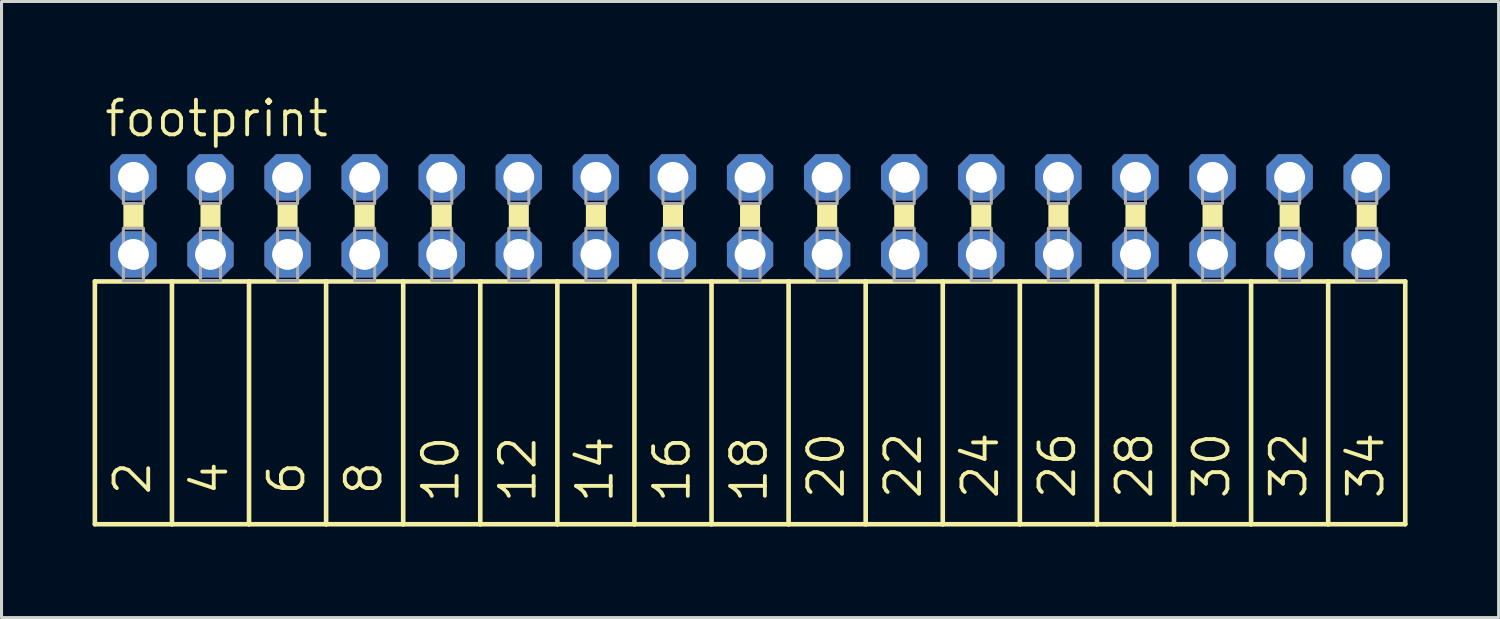
<source format=kicad_pcb>
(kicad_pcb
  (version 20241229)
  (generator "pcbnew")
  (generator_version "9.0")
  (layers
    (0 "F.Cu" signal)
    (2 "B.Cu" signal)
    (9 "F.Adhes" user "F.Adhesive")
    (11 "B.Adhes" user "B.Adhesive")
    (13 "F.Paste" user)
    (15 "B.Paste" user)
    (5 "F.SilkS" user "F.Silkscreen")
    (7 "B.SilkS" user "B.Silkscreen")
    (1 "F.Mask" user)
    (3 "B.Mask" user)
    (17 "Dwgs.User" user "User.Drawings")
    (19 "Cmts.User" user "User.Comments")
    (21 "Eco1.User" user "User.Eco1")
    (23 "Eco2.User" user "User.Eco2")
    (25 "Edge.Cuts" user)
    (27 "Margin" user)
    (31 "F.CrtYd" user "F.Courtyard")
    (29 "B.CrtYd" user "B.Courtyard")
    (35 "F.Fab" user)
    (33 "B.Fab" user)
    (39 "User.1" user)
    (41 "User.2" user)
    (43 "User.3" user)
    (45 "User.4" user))
  (footprint "footprint"
    (layer "F.Cu")
    (at 21.666 4.064)
    (property "Reference" "footprint" (at -21.336 -2.54 0) (layer "F.SilkS") (effects (font (size 1.143 1.143) (thickness 0.127)) (justify left bottom)))
    (fp_line (start -21.59 2.159) (end -21.59 10.16) (stroke (width 0.152) (type solid)) (layer "F.SilkS"))
    (fp_line (start -21.59 2.159) (end -19.05 2.159) (stroke (width 0.152) (type solid)) (layer "F.SilkS"))
    (fp_line (start -19.05 2.159) (end -19.05 10.16) (stroke (width 0.152) (type solid)) (layer "F.SilkS"))
    (fp_line (start -19.05 2.159) (end -16.51 2.159) (stroke (width 0.152) (type solid)) (layer "F.SilkS"))
    (fp_line (start -19.05 10.16) (end -21.59 10.16) (stroke (width 0.152) (type solid)) (layer "F.SilkS"))
    (fp_line (start -16.51 2.159) (end -16.51 10.16) (stroke (width 0.152) (type solid)) (layer "F.SilkS"))
    (fp_line (start -16.51 2.159) (end -13.97 2.159) (stroke (width 0.152) (type solid)) (layer "F.SilkS"))
    (fp_line (start -16.51 10.16) (end -19.05 10.16) (stroke (width 0.152) (type solid)) (layer "F.SilkS"))
    (fp_line (start -13.97 2.159) (end -13.97 10.16) (stroke (width 0.152) (type solid)) (layer "F.SilkS"))
    (fp_line (start -13.97 10.16) (end -16.51 10.16) (stroke (width 0.152) (type solid)) (layer "F.SilkS"))
    (fp_line (start -11.43 2.159) (end -13.97 2.159) (stroke (width 0.152) (type solid)) (layer "F.SilkS"))
    (fp_line (start -11.43 2.159) (end -11.43 10.16) (stroke (width 0.152) (type solid)) (layer "F.SilkS"))
    (fp_line (start -11.43 2.159) (end -8.89 2.159) (stroke (width 0.152) (type solid)) (layer "F.SilkS"))
    (fp_line (start -11.43 10.16) (end -13.97 10.16) (stroke (width 0.152) (type solid)) (layer "F.SilkS"))
    (fp_line (start -8.89 2.159) (end -8.89 10.16) (stroke (width 0.152) (type solid)) (layer "F.SilkS"))
    (fp_line (start -8.89 2.159) (end -6.35 2.159) (stroke (width 0.152) (type solid)) (layer "F.SilkS"))
    (fp_line (start -8.89 10.16) (end -11.43 10.16) (stroke (width 0.152) (type solid)) (layer "F.SilkS"))
    (fp_line (start -6.35 2.159) (end -6.35 10.16) (stroke (width 0.152) (type solid)) (layer "F.SilkS"))
    (fp_line (start -6.35 2.159) (end -3.81 2.159) (stroke (width 0.152) (type solid)) (layer "F.SilkS"))
    (fp_line (start -6.35 10.16) (end -8.89 10.16) (stroke (width 0.152) (type solid)) (layer "F.SilkS"))
    (fp_line (start -3.81 2.159) (end -3.81 10.16) (stroke (width 0.152) (type solid)) (layer "F.SilkS"))
    (fp_line (start -3.81 2.159) (end -1.27 2.159) (stroke (width 0.152) (type solid)) (layer "F.SilkS"))
    (fp_line (start -3.81 10.16) (end -6.35 10.16) (stroke (width 0.152) (type solid)) (layer "F.SilkS"))
    (fp_line (start -1.27 2.159) (end -1.27 10.16) (stroke (width 0.152) (type solid)) (layer "F.SilkS"))
    (fp_line (start -1.27 10.16) (end -3.81 10.16) (stroke (width 0.152) (type solid)) (layer "F.SilkS"))
    (fp_line (start 1.27 2.159) (end -1.27 2.159) (stroke (width 0.152) (type solid)) (layer "F.SilkS"))
    (fp_line (start 1.27 2.159) (end 1.27 10.16) (stroke (width 0.152) (type solid)) (layer "F.SilkS"))
    (fp_line (start 1.27 2.159) (end 3.81 2.159) (stroke (width 0.152) (type solid)) (layer "F.SilkS"))
    (fp_line (start 1.27 10.16) (end -1.27 10.16) (stroke (width 0.152) (type solid)) (layer "F.SilkS"))
    (fp_line (start 3.81 2.159) (end 3.81 10.16) (stroke (width 0.152) (type solid)) (layer "F.SilkS"))
    (fp_line (start 3.81 2.159) (end 6.35 2.159) (stroke (width 0.152) (type solid)) (layer "F.SilkS"))
    (fp_line (start 3.81 10.16) (end 1.27 10.16) (stroke (width 0.152) (type solid)) (layer "F.SilkS"))
    (fp_line (start 6.35 2.159) (end 6.35 10.16) (stroke (width 0.152) (type solid)) (layer "F.SilkS"))
    (fp_line (start 6.35 2.159) (end 8.89 2.159) (stroke (width 0.152) (type solid)) (layer "F.SilkS"))
    (fp_line (start 6.35 10.16) (end 3.81 10.16) (stroke (width 0.152) (type solid)) (layer "F.SilkS"))
    (fp_line (start 8.89 2.159) (end 8.89 10.16) (stroke (width 0.152) (type solid)) (layer "F.SilkS"))
    (fp_line (start 8.89 2.159) (end 11.43 2.159) (stroke (width 0.152) (type solid)) (layer "F.SilkS"))
    (fp_line (start 8.89 10.16) (end 6.35 10.16) (stroke (width 0.152) (type solid)) (layer "F.SilkS"))
    (fp_line (start 11.43 2.159) (end 11.43 10.16) (stroke (width 0.152) (type solid)) (layer "F.SilkS"))
    (fp_line (start 11.43 10.16) (end 8.89 10.16) (stroke (width 0.152) (type solid)) (layer "F.SilkS"))
    (fp_line (start 13.97 2.159) (end 11.43 2.159) (stroke (width 0.152) (type solid)) (layer "F.SilkS"))
    (fp_line (start 13.97 2.159) (end 13.97 10.16) (stroke (width 0.152) (type solid)) (layer "F.SilkS"))
    (fp_line (start 13.97 2.159) (end 16.51 2.159) (stroke (width 0.152) (type solid)) (layer "F.SilkS"))
    (fp_line (start 13.97 10.16) (end 11.43 10.16) (stroke (width 0.152) (type solid)) (layer "F.SilkS"))
    (fp_line (start 16.51 2.159) (end 16.51 10.16) (stroke (width 0.152) (type solid)) (layer "F.SilkS"))
    (fp_line (start 16.51 2.159) (end 19.05 2.159) (stroke (width 0.152) (type solid)) (layer "F.SilkS"))
    (fp_line (start 16.51 10.16) (end 13.97 10.16) (stroke (width 0.152) (type solid)) (layer "F.SilkS"))
    (fp_line (start 19.05 2.159) (end 19.05 10.16) (stroke (width 0.152) (type solid)) (layer "F.SilkS"))
    (fp_line (start 19.05 2.159) (end 21.59 2.159) (stroke (width 0.152) (type solid)) (layer "F.SilkS"))
    (fp_line (start 19.05 10.16) (end 16.51 10.16) (stroke (width 0.152) (type solid)) (layer "F.SilkS"))
    (fp_line (start 21.59 2.159) (end 21.59 10.16) (stroke (width 0.152) (type solid)) (layer "F.SilkS"))
    (fp_line (start 21.59 10.16) (end 19.05 10.16) (stroke (width 0.152) (type solid)) (layer "F.SilkS"))
    (fp_poly (pts (xy -20.65 0.406) (xy -19.99 0.406) (xy -19.99 -0.406) (xy -20.65 -0.406)) (stroke (width 0) (type solid)) (fill yes) (layer "F.SilkS"))
    (fp_poly (pts (xy -18.11 0.406) (xy -17.45 0.406) (xy -17.45 -0.406) (xy -18.11 -0.406)) (stroke (width 0) (type solid)) (fill yes) (layer "F.SilkS"))
    (fp_poly (pts (xy -15.57 0.406) (xy -14.91 0.406) (xy -14.91 -0.406) (xy -15.57 -0.406)) (stroke (width 0) (type solid)) (fill yes) (layer "F.SilkS"))
    (fp_poly (pts (xy -13.03 0.406) (xy -12.37 0.406) (xy -12.37 -0.406) (xy -13.03 -0.406)) (stroke (width 0) (type solid)) (fill yes) (layer "F.SilkS"))
    (fp_poly (pts (xy -10.49 0.406) (xy -9.83 0.406) (xy -9.83 -0.406) (xy -10.49 -0.406)) (stroke (width 0) (type solid)) (fill yes) (layer "F.SilkS"))
    (fp_poly (pts (xy -7.95 0.406) (xy -7.29 0.406) (xy -7.29 -0.406) (xy -7.95 -0.406)) (stroke (width 0) (type solid)) (fill yes) (layer "F.SilkS"))
    (fp_poly (pts (xy -5.41 0.406) (xy -4.75 0.406) (xy -4.75 -0.406) (xy -5.41 -0.406)) (stroke (width 0) (type solid)) (fill yes) (layer "F.SilkS"))
    (fp_poly (pts (xy -2.87 0.406) (xy -2.21 0.406) (xy -2.21 -0.406) (xy -2.87 -0.406)) (stroke (width 0) (type solid)) (fill yes) (layer "F.SilkS"))
    (fp_poly (pts (xy -0.33 0.406) (xy 0.33 0.406) (xy 0.33 -0.406) (xy -0.33 -0.406)) (stroke (width 0) (type solid)) (fill yes) (layer "F.SilkS"))
    (fp_poly (pts (xy 2.21 0.406) (xy 2.87 0.406) (xy 2.87 -0.406) (xy 2.21 -0.406)) (stroke (width 0) (type solid)) (fill yes) (layer "F.SilkS"))
    (fp_poly (pts (xy 4.75 0.406) (xy 5.41 0.406) (xy 5.41 -0.406) (xy 4.75 -0.406)) (stroke (width 0) (type solid)) (fill yes) (layer "F.SilkS"))
    (fp_poly (pts (xy 7.29 0.406) (xy 7.95 0.406) (xy 7.95 -0.406) (xy 7.29 -0.406)) (stroke (width 0) (type solid)) (fill yes) (layer "F.SilkS"))
    (fp_poly (pts (xy 9.83 0.406) (xy 10.49 0.406) (xy 10.49 -0.406) (xy 9.83 -0.406)) (stroke (width 0) (type solid)) (fill yes) (layer "F.SilkS"))
    (fp_poly (pts (xy 12.37 0.406) (xy 13.03 0.406) (xy 13.03 -0.406) (xy 12.37 -0.406)) (stroke (width 0) (type solid)) (fill yes) (layer "F.SilkS"))
    (fp_poly (pts (xy 14.91 0.406) (xy 15.57 0.406) (xy 15.57 -0.406) (xy 14.91 -0.406)) (stroke (width 0) (type solid)) (fill yes) (layer "F.SilkS"))
    (fp_poly (pts (xy 17.45 0.406) (xy 18.11 0.406) (xy 18.11 -0.406) (xy 17.45 -0.406)) (stroke (width 0) (type solid)) (fill yes) (layer "F.SilkS"))
    (fp_poly (pts (xy 19.99 0.406) (xy 20.65 0.406) (xy 20.65 -0.406) (xy 19.99 -0.406)) (stroke (width 0) (type solid)) (fill yes) (layer "F.SilkS"))
    (fp_poly (pts (xy -20.65 -0.406) (xy -19.99 -0.406) (xy -19.99 -1.575) (xy -20.65 -1.575)) (stroke (width 0.1) (type solid)) (fill no) (layer "F.Fab"))
    (fp_poly (pts (xy -20.65 2.134) (xy -19.99 2.134) (xy -19.99 0.406) (xy -20.65 0.406)) (stroke (width 0.1) (type solid)) (fill no) (layer "F.Fab"))
    (fp_poly (pts (xy -18.11 -0.406) (xy -17.45 -0.406) (xy -17.45 -1.575) (xy -18.11 -1.575)) (stroke (width 0.1) (type solid)) (fill no) (layer "F.Fab"))
    (fp_poly (pts (xy -18.11 2.134) (xy -17.45 2.134) (xy -17.45 0.406) (xy -18.11 0.406)) (stroke (width 0.1) (type solid)) (fill no) (layer "F.Fab"))
    (fp_poly (pts (xy -15.57 -0.406) (xy -14.91 -0.406) (xy -14.91 -1.575) (xy -15.57 -1.575)) (stroke (width 0.1) (type solid)) (fill no) (layer "F.Fab"))
    (fp_poly (pts (xy -15.57 2.134) (xy -14.91 2.134) (xy -14.91 0.406) (xy -15.57 0.406)) (stroke (width 0.1) (type solid)) (fill no) (layer "F.Fab"))
    (fp_poly (pts (xy -13.03 -0.406) (xy -12.37 -0.406) (xy -12.37 -1.575) (xy -13.03 -1.575)) (stroke (width 0.1) (type solid)) (fill no) (layer "F.Fab"))
    (fp_poly (pts (xy -13.03 2.134) (xy -12.37 2.134) (xy -12.37 0.406) (xy -13.03 0.406)) (stroke (width 0.1) (type solid)) (fill no) (layer "F.Fab"))
    (fp_poly (pts (xy -10.49 -0.406) (xy -9.83 -0.406) (xy -9.83 -1.575) (xy -10.49 -1.575)) (stroke (width 0.1) (type solid)) (fill no) (layer "F.Fab"))
    (fp_poly (pts (xy -10.49 2.134) (xy -9.83 2.134) (xy -9.83 0.406) (xy -10.49 0.406)) (stroke (width 0.1) (type solid)) (fill no) (layer "F.Fab"))
    (fp_poly (pts (xy -7.95 -0.406) (xy -7.29 -0.406) (xy -7.29 -1.575) (xy -7.95 -1.575)) (stroke (width 0.1) (type solid)) (fill no) (layer "F.Fab"))
    (fp_poly (pts (xy -7.95 2.134) (xy -7.29 2.134) (xy -7.29 0.406) (xy -7.95 0.406)) (stroke (width 0.1) (type solid)) (fill no) (layer "F.Fab"))
    (fp_poly (pts (xy -5.41 -0.406) (xy -4.75 -0.406) (xy -4.75 -1.575) (xy -5.41 -1.575)) (stroke (width 0.1) (type solid)) (fill no) (layer "F.Fab"))
    (fp_poly (pts (xy -5.41 2.134) (xy -4.75 2.134) (xy -4.75 0.406) (xy -5.41 0.406)) (stroke (width 0.1) (type solid)) (fill no) (layer "F.Fab"))
    (fp_poly (pts (xy -2.87 -0.406) (xy -2.21 -0.406) (xy -2.21 -1.575) (xy -2.87 -1.575)) (stroke (width 0.1) (type solid)) (fill no) (layer "F.Fab"))
    (fp_poly (pts (xy -2.87 2.134) (xy -2.21 2.134) (xy -2.21 0.406) (xy -2.87 0.406)) (stroke (width 0.1) (type solid)) (fill no) (layer "F.Fab"))
    (fp_poly (pts (xy -0.33 -0.406) (xy 0.33 -0.406) (xy 0.33 -1.575) (xy -0.33 -1.575)) (stroke (width 0.1) (type solid)) (fill no) (layer "F.Fab"))
    (fp_poly (pts (xy -0.33 2.134) (xy 0.33 2.134) (xy 0.33 0.406) (xy -0.33 0.406)) (stroke (width 0.1) (type solid)) (fill no) (layer "F.Fab"))
    (fp_poly (pts (xy 2.21 -0.406) (xy 2.87 -0.406) (xy 2.87 -1.575) (xy 2.21 -1.575)) (stroke (width 0.1) (type solid)) (fill no) (layer "F.Fab"))
    (fp_poly (pts (xy 2.21 2.134) (xy 2.87 2.134) (xy 2.87 0.406) (xy 2.21 0.406)) (stroke (width 0.1) (type solid)) (fill no) (layer "F.Fab"))
    (fp_poly (pts (xy 4.75 -0.406) (xy 5.41 -0.406) (xy 5.41 -1.575) (xy 4.75 -1.575)) (stroke (width 0.1) (type solid)) (fill no) (layer "F.Fab"))
    (fp_poly (pts (xy 4.75 2.134) (xy 5.41 2.134) (xy 5.41 0.406) (xy 4.75 0.406)) (stroke (width 0.1) (type solid)) (fill no) (layer "F.Fab"))
    (fp_poly (pts (xy 7.29 -0.406) (xy 7.95 -0.406) (xy 7.95 -1.575) (xy 7.29 -1.575)) (stroke (width 0.1) (type solid)) (fill no) (layer "F.Fab"))
    (fp_poly (pts (xy 7.29 2.134) (xy 7.95 2.134) (xy 7.95 0.406) (xy 7.29 0.406)) (stroke (width 0.1) (type solid)) (fill no) (layer "F.Fab"))
    (fp_poly (pts (xy 9.83 -0.406) (xy 10.49 -0.406) (xy 10.49 -1.575) (xy 9.83 -1.575)) (stroke (width 0.1) (type solid)) (fill no) (layer "F.Fab"))
    (fp_poly (pts (xy 9.83 2.134) (xy 10.49 2.134) (xy 10.49 0.406) (xy 9.83 0.406)) (stroke (width 0.1) (type solid)) (fill no) (layer "F.Fab"))
    (fp_poly (pts (xy 12.37 -0.406) (xy 13.03 -0.406) (xy 13.03 -1.575) (xy 12.37 -1.575)) (stroke (width 0.1) (type solid)) (fill no) (layer "F.Fab"))
    (fp_poly (pts (xy 12.37 2.134) (xy 13.03 2.134) (xy 13.03 0.406) (xy 12.37 0.406)) (stroke (width 0.1) (type solid)) (fill no) (layer "F.Fab"))
    (fp_poly (pts (xy 14.91 -0.406) (xy 15.57 -0.406) (xy 15.57 -1.575) (xy 14.91 -1.575)) (stroke (width 0.1) (type solid)) (fill no) (layer "F.Fab"))
    (fp_poly (pts (xy 14.91 2.134) (xy 15.57 2.134) (xy 15.57 0.406) (xy 14.91 0.406)) (stroke (width 0.1) (type solid)) (fill no) (layer "F.Fab"))
    (fp_poly (pts (xy 17.45 -0.406) (xy 18.11 -0.406) (xy 18.11 -1.575) (xy 17.45 -1.575)) (stroke (width 0.1) (type solid)) (fill no) (layer "F.Fab"))
    (fp_poly (pts (xy 17.45 2.134) (xy 18.11 2.134) (xy 18.11 0.406) (xy 17.45 0.406)) (stroke (width 0.1) (type solid)) (fill no) (layer "F.Fab"))
    (fp_poly (pts (xy 19.99 -0.406) (xy 20.65 -0.406) (xy 20.65 -1.575) (xy 19.99 -1.575)) (stroke (width 0.1) (type solid)) (fill no) (layer "F.Fab"))
    (fp_poly (pts (xy 19.99 2.134) (xy 20.65 2.134) (xy 20.65 0.406) (xy 19.99 0.406)) (stroke (width 0.1) (type solid)) (fill no) (layer "F.Fab"))
    (fp_text user "8" (at -12.065 9.271 90) (layer "F.SilkS") (effects (font (size 1.143 1.143) (thickness 0.127)) (justify left bottom)))
    (fp_text user "18" (at 0.635 9.525 90) (layer "F.SilkS") (effects (font (size 1.143 1.143) (thickness 0.127)) (justify left bottom)))
    (fp_text user "24" (at 8.255 9.398 90) (layer "F.SilkS") (effects (font (size 1.143 1.143) (thickness 0.127)) (justify left bottom)))
    (fp_text user "4" (at -17.145 9.271 90) (layer "F.SilkS") (effects (font (size 1.143 1.143) (thickness 0.127)) (justify left bottom)))
    (fp_text user "14" (at -4.445 9.525 90) (layer "F.SilkS") (effects (font (size 1.143 1.143) (thickness 0.127)) (justify left bottom)))
    (fp_text user "22" (at 5.715 9.398 90) (layer "F.SilkS") (effects (font (size 1.143 1.143) (thickness 0.127)) (justify left bottom)))
    (fp_text user "34" (at 20.955 9.398 90) (layer "F.SilkS") (effects (font (size 1.143 1.143) (thickness 0.127)) (justify left bottom)))
    (fp_text user "10" (at -9.525 9.525 90) (layer "F.SilkS") (effects (font (size 1.143 1.143) (thickness 0.127)) (justify left bottom)))
    (fp_text user "16" (at -1.905 9.525 90) (layer "F.SilkS") (effects (font (size 1.143 1.143) (thickness 0.127)) (justify left bottom)))
    (fp_text user "12" (at -6.985 9.525 90) (layer "F.SilkS") (effects (font (size 1.143 1.143) (thickness 0.127)) (justify left bottom)))
    (fp_text user "30" (at 15.875 9.398 90) (layer "F.SilkS") (effects (font (size 1.143 1.143) (thickness 0.127)) (justify left bottom)))
    (fp_text user "26" (at 10.795 9.398 90) (layer "F.SilkS") (effects (font (size 1.143 1.143) (thickness 0.127)) (justify left bottom)))
    (fp_text user "6" (at -14.605 9.271 90) (layer "F.SilkS") (effects (font (size 1.143 1.143) (thickness 0.127)) (justify left bottom)))
    (fp_text user "2" (at -19.685 9.271 90) (layer "F.SilkS") (effects (font (size 1.143 1.143) (thickness 0.127)) (justify left bottom)))
    (fp_text user "20" (at 3.175 9.398 90) (layer "F.SilkS") (effects (font (size 1.143 1.143) (thickness 0.127)) (justify left bottom)))
    (fp_text user "32" (at 18.415 9.398 90) (layer "F.SilkS") (effects (font (size 1.143 1.143) (thickness 0.127)) (justify left bottom)))
    (fp_text user "28" (at 13.335 9.398 90) (layer "F.SilkS") (effects (font (size 1.143 1.143) (thickness 0.127)) (justify left bottom)))
    (pad "1" thru_hole roundrect (at -20.32 -1.27) (size 1.524 1.524) (drill 1.016) (layers "*.Cu" "*.Mask") (roundrect_rratio 0.25) (chamfer_ratio 0.25) (chamfer top_left top_right bottom_left bottom_right))
    (pad "2" thru_hole roundrect (at -20.32 1.27) (size 1.524 1.524) (drill 1.016) (layers "*.Cu" "*.Mask") (roundrect_rratio 0.25) (chamfer_ratio 0.25) (chamfer top_left top_right bottom_left bottom_right))
    (pad "3" thru_hole roundrect (at -17.78 -1.27) (size 1.524 1.524) (drill 1.016) (layers "*.Cu" "*.Mask") (roundrect_rratio 0.25) (chamfer_ratio 0.25) (chamfer top_left top_right bottom_left bottom_right))
    (pad "4" thru_hole roundrect (at -17.78 1.27) (size 1.524 1.524) (drill 1.016) (layers "*.Cu" "*.Mask") (roundrect_rratio 0.25) (chamfer_ratio 0.25) (chamfer top_left top_right bottom_left bottom_right))
    (pad "5" thru_hole roundrect (at -15.24 -1.27) (size 1.524 1.524) (drill 1.016) (layers "*.Cu" "*.Mask") (roundrect_rratio 0.25) (chamfer_ratio 0.25) (chamfer top_left top_right bottom_left bottom_right))
    (pad "6" thru_hole roundrect (at -15.24 1.27) (size 1.524 1.524) (drill 1.016) (layers "*.Cu" "*.Mask") (roundrect_rratio 0.25) (chamfer_ratio 0.25) (chamfer top_left top_right bottom_left bottom_right))
    (pad "7" thru_hole roundrect (at -12.7 -1.27) (size 1.524 1.524) (drill 1.016) (layers "*.Cu" "*.Mask") (roundrect_rratio 0.25) (chamfer_ratio 0.25) (chamfer top_left top_right bottom_left bottom_right))
    (pad "8" thru_hole roundrect (at -12.7 1.27) (size 1.524 1.524) (drill 1.016) (layers "*.Cu" "*.Mask") (roundrect_rratio 0.25) (chamfer_ratio 0.25) (chamfer top_left top_right bottom_left bottom_right))
    (pad "9" thru_hole roundrect (at -10.16 -1.27) (size 1.524 1.524) (drill 1.016) (layers "*.Cu" "*.Mask") (roundrect_rratio 0.25) (chamfer_ratio 0.25) (chamfer top_left top_right bottom_left bottom_right))
    (pad "10" thru_hole roundrect (at -10.16 1.27) (size 1.524 1.524) (drill 1.016) (layers "*.Cu" "*.Mask") (roundrect_rratio 0.25) (chamfer_ratio 0.25) (chamfer top_left top_right bottom_left bottom_right))
    (pad "11" thru_hole roundrect (at -7.62 -1.27) (size 1.524 1.524) (drill 1.016) (layers "*.Cu" "*.Mask") (roundrect_rratio 0.25) (chamfer_ratio 0.25) (chamfer top_left top_right bottom_left bottom_right))
    (pad "12" thru_hole roundrect (at -7.62 1.27) (size 1.524 1.524) (drill 1.016) (layers "*.Cu" "*.Mask") (roundrect_rratio 0.25) (chamfer_ratio 0.25) (chamfer top_left top_right bottom_left bottom_right))
    (pad "13" thru_hole roundrect (at -5.08 -1.27) (size 1.524 1.524) (drill 1.016) (layers "*.Cu" "*.Mask") (roundrect_rratio 0.25) (chamfer_ratio 0.25) (chamfer top_left top_right bottom_left bottom_right))
    (pad "14" thru_hole roundrect (at -5.08 1.27) (size 1.524 1.524) (drill 1.016) (layers "*.Cu" "*.Mask") (roundrect_rratio 0.25) (chamfer_ratio 0.25) (chamfer top_left top_right bottom_left bottom_right))
    (pad "15" thru_hole roundrect (at -2.54 -1.27) (size 1.524 1.524) (drill 1.016) (layers "*.Cu" "*.Mask") (roundrect_rratio 0.25) (chamfer_ratio 0.25) (chamfer top_left top_right bottom_left bottom_right))
    (pad "16" thru_hole roundrect (at -2.54 1.27) (size 1.524 1.524) (drill 1.016) (layers "*.Cu" "*.Mask") (roundrect_rratio 0.25) (chamfer_ratio 0.25) (chamfer top_left top_right bottom_left bottom_right))
    (pad "17" thru_hole roundrect (at 0 -1.27) (size 1.524 1.524) (drill 1.016) (layers "*.Cu" "*.Mask") (roundrect_rratio 0.25) (chamfer_ratio 0.25) (chamfer top_left top_right bottom_left bottom_right))
    (pad "18" thru_hole roundrect (at 0 1.27) (size 1.524 1.524) (drill 1.016) (layers "*.Cu" "*.Mask") (roundrect_rratio 0.25) (chamfer_ratio 0.25) (chamfer top_left top_right bottom_left bottom_right))
    (pad "19" thru_hole roundrect (at 2.54 -1.27) (size 1.524 1.524) (drill 1.016) (layers "*.Cu" "*.Mask") (roundrect_rratio 0.25) (chamfer_ratio 0.25) (chamfer top_left top_right bottom_left bottom_right))
    (pad "20" thru_hole roundrect (at 2.54 1.27) (size 1.524 1.524) (drill 1.016) (layers "*.Cu" "*.Mask") (roundrect_rratio 0.25) (chamfer_ratio 0.25) (chamfer top_left top_right bottom_left bottom_right))
    (pad "21" thru_hole roundrect (at 5.08 -1.27) (size 1.524 1.524) (drill 1.016) (layers "*.Cu" "*.Mask") (roundrect_rratio 0.25) (chamfer_ratio 0.25) (chamfer top_left top_right bottom_left bottom_right))
    (pad "22" thru_hole roundrect (at 5.08 1.27) (size 1.524 1.524) (drill 1.016) (layers "*.Cu" "*.Mask") (roundrect_rratio 0.25) (chamfer_ratio 0.25) (chamfer top_left top_right bottom_left bottom_right))
    (pad "23" thru_hole roundrect (at 7.62 -1.27) (size 1.524 1.524) (drill 1.016) (layers "*.Cu" "*.Mask") (roundrect_rratio 0.25) (chamfer_ratio 0.25) (chamfer top_left top_right bottom_left bottom_right))
    (pad "24" thru_hole roundrect (at 7.62 1.27) (size 1.524 1.524) (drill 1.016) (layers "*.Cu" "*.Mask") (roundrect_rratio 0.25) (chamfer_ratio 0.25) (chamfer top_left top_right bottom_left bottom_right))
    (pad "25" thru_hole roundrect (at 10.16 -1.27) (size 1.524 1.524) (drill 1.016) (layers "*.Cu" "*.Mask") (roundrect_rratio 0.25) (chamfer_ratio 0.25) (chamfer top_left top_right bottom_left bottom_right))
    (pad "26" thru_hole roundrect (at 10.16 1.27) (size 1.524 1.524) (drill 1.016) (layers "*.Cu" "*.Mask") (roundrect_rratio 0.25) (chamfer_ratio 0.25) (chamfer top_left top_right bottom_left bottom_right))
    (pad "27" thru_hole roundrect (at 12.7 -1.27) (size 1.524 1.524) (drill 1.016) (layers "*.Cu" "*.Mask") (roundrect_rratio 0.25) (chamfer_ratio 0.25) (chamfer top_left top_right bottom_left bottom_right))
    (pad "28" thru_hole roundrect (at 12.7 1.27) (size 1.524 1.524) (drill 1.016) (layers "*.Cu" "*.Mask") (roundrect_rratio 0.25) (chamfer_ratio 0.25) (chamfer top_left top_right bottom_left bottom_right))
    (pad "29" thru_hole roundrect (at 15.24 -1.27) (size 1.524 1.524) (drill 1.016) (layers "*.Cu" "*.Mask") (roundrect_rratio 0.25) (chamfer_ratio 0.25) (chamfer top_left top_right bottom_left bottom_right))
    (pad "30" thru_hole roundrect (at 15.24 1.27) (size 1.524 1.524) (drill 1.016) (layers "*.Cu" "*.Mask") (roundrect_rratio 0.25) (chamfer_ratio 0.25) (chamfer top_left top_right bottom_left bottom_right))
    (pad "31" thru_hole roundrect (at 17.78 -1.27) (size 1.524 1.524) (drill 1.016) (layers "*.Cu" "*.Mask") (roundrect_rratio 0.25) (chamfer_ratio 0.25) (chamfer top_left top_right bottom_left bottom_right))
    (pad "32" thru_hole roundrect (at 17.78 1.27) (size 1.524 1.524) (drill 1.016) (layers "*.Cu" "*.Mask") (roundrect_rratio 0.25) (chamfer_ratio 0.25) (chamfer top_left top_right bottom_left bottom_right))
    (pad "33" thru_hole roundrect (at 20.32 -1.27) (size 1.524 1.524) (drill 1.016) (layers "*.Cu" "*.Mask") (roundrect_rratio 0.25) (chamfer_ratio 0.25) (chamfer top_left top_right bottom_left bottom_right))
    (pad "34" thru_hole roundrect (at 20.32 1.27) (size 1.524 1.524) (drill 1.016) (layers "*.Cu" "*.Mask") (roundrect_rratio 0.25) (chamfer_ratio 0.25) (chamfer top_left top_right bottom_left bottom_right)))
  (gr_rect
    (start -3 -3)
    (end 46.332 17.3)
    (stroke (width 0.1) (type default))
    (fill no)
    (layer "Edge.Cuts")))
</source>
